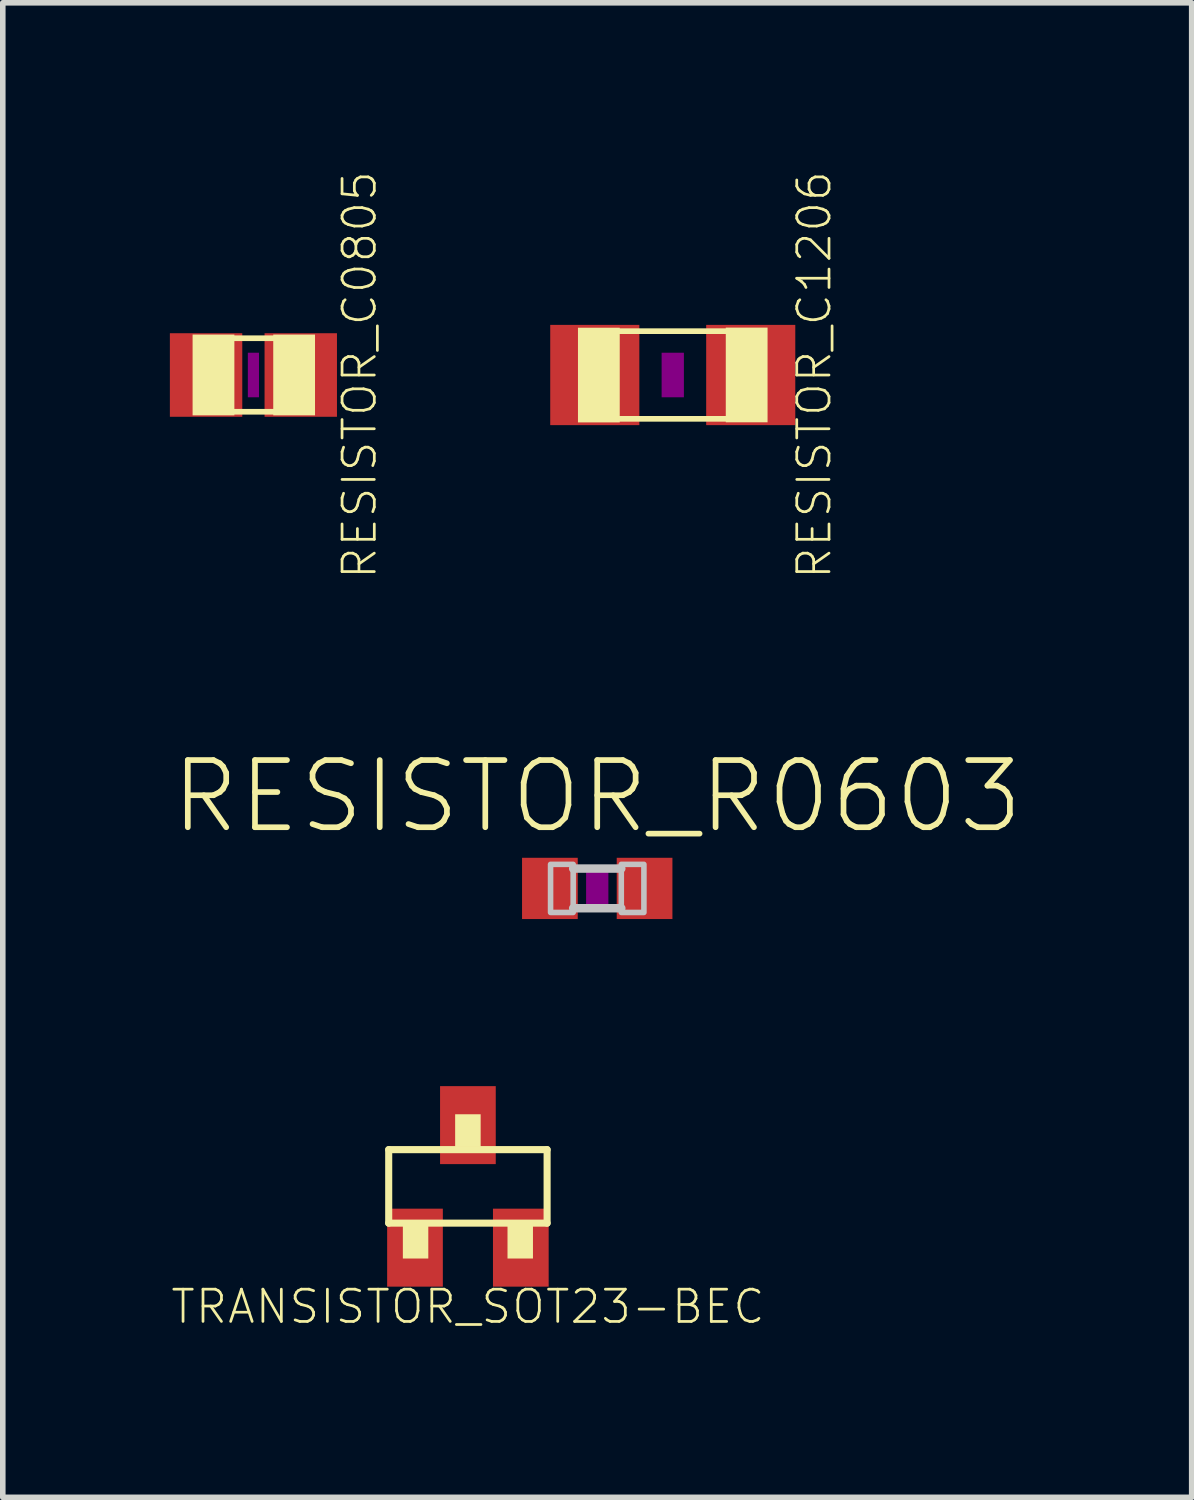
<source format=kicad_pcb>
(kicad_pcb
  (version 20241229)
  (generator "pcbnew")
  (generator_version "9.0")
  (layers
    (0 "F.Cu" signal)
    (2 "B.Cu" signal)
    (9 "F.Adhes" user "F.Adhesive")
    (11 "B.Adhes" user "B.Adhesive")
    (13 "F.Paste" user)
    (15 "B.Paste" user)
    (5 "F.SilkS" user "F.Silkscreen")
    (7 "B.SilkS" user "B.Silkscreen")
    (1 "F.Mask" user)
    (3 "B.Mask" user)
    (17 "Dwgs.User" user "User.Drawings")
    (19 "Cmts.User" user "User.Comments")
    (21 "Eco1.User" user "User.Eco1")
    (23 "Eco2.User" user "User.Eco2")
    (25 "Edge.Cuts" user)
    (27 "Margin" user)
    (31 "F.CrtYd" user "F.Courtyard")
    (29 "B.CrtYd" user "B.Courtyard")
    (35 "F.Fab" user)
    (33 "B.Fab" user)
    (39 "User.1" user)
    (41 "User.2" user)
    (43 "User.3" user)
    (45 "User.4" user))
  (footprint "RESISTOR_C0805"
    (layer "F.Cu")
    (at 1.5 3.683)
    (property "Reference" "RESISTOR_C0805" (at 1.905 0 90) (layer "F.SilkS") (effects (font (size 0.579 0.579) (thickness 0.049))))
    (attr through_hole)
    (fp_line (start -0.381 -0.66) (end 0.381 -0.66) (stroke (width 0.102) (type solid)) (layer "F.SilkS"))
    (fp_line (start -0.356 0.66) (end 0.381 0.66) (stroke (width 0.102) (type solid)) (layer "F.SilkS"))
    (fp_poly (pts (xy -1.092 0.724) (xy -0.342 0.724) (xy -0.342 -0.726) (xy -1.092 -0.726)) (stroke (width 0) (type solid)) (fill yes) (layer "F.SilkS"))
    (fp_poly (pts (xy 0.356 0.724) (xy 1.106 0.724) (xy 1.106 -0.726) (xy 0.356 -0.726)) (stroke (width 0) (type solid)) (fill yes) (layer "F.SilkS"))
    (fp_poly (pts (xy -0.1 0.4) (xy 0.1 0.4) (xy 0.1 -0.4) (xy -0.1 -0.4)) (stroke (width 0) (type solid)) (fill yes) (layer "F.Adhes"))
    (pad "1" smd rect (at -0.85 0) (size 1.3 1.5) (layers "F.Cu" "F.Mask" "F.Paste"))
    (pad "2" smd rect (at 0.85 0) (size 1.3 1.5) (layers "F.Cu" "F.Mask" "F.Paste")))
  (footprint "TRANSISTOR_SOT23-BEC"
    (layer "F.Cu")
    (at 5.351 18.251)
    (property "Reference" "TRANSISTOR_SOT23-BEC" (at 0 2.159 0) (layer "F.SilkS") (effects (font (size 0.579 0.579) (thickness 0.049))))
    (attr through_hole)
    (fp_line (start -1.422 -0.66) (end 1.422 -0.66) (stroke (width 0.127) (type solid)) (layer "F.SilkS"))
    (fp_line (start -1.422 0.66) (end -1.422 -0.66) (stroke (width 0.127) (type solid)) (layer "F.SilkS"))
    (fp_line (start 1.422 -0.66) (end 1.422 0.66) (stroke (width 0.127) (type solid)) (layer "F.SilkS"))
    (fp_line (start 1.422 0.66) (end -1.422 0.66) (stroke (width 0.127) (type solid)) (layer "F.SilkS"))
    (fp_poly (pts (xy -1.168 1.295) (xy -0.711 1.295) (xy -0.711 0.711) (xy -1.168 0.711)) (stroke (width 0) (type solid)) (fill yes) (layer "F.SilkS"))
    (fp_poly (pts (xy -0.229 -0.711) (xy 0.229 -0.711) (xy 0.229 -1.295) (xy -0.229 -1.295)) (stroke (width 0) (type solid)) (fill yes) (layer "F.SilkS"))
    (fp_poly (pts (xy 0.711 1.295) (xy 1.168 1.295) (xy 1.168 0.711) (xy 0.711 0.711)) (stroke (width 0) (type solid)) (fill yes) (layer "F.SilkS"))
    (pad "B" smd rect (at -0.95 1.1) (size 1 1.4) (layers "F.Cu" "F.Mask" "F.Paste"))
    (pad "C" smd rect (at 0 -1.1) (size 1 1.4) (layers "F.Cu" "F.Mask" "F.Paste"))
    (pad "E" smd rect (at 0.95 1.1) (size 1 1.4) (layers "F.Cu" "F.Mask" "F.Paste")))
  (footprint "RESISTOR_R0603"
    (layer "F.Cu")
    (at 7.673 12.901)
    (property "Reference" "RESISTOR_R0603" (at 0 -1.651 0) (layer "F.SilkS") (effects (font (size 1.206 1.206) (thickness 0.102))))
    (attr through_hole)
    (fp_poly (pts (xy -0.2 0.4) (xy 0.2 0.4) (xy 0.2 -0.4) (xy -0.2 -0.4)) (stroke (width 0) (type solid)) (fill yes) (layer "F.Adhes"))
    (fp_line (start -0.432 0.356) (end 0.432 0.356) (stroke (width 0.152) (type solid)) (layer "Dwgs.User"))
    (fp_line (start 0.432 -0.356) (end -0.432 -0.356) (stroke (width 0.152) (type solid)) (layer "Dwgs.User"))
    (fp_poly (pts (xy -0.838 0.432) (xy -0.432 0.432) (xy -0.432 -0.432) (xy -0.838 -0.432)) (stroke (width 0.1) (type solid)) (fill no) (layer "Dwgs.User"))
    (fp_poly (pts (xy 0.432 0.432) (xy 0.838 0.432) (xy 0.838 -0.432) (xy 0.432 -0.432)) (stroke (width 0.1) (type solid)) (fill no) (layer "Dwgs.User"))
    (pad "1" smd rect (at -0.85 0) (size 1 1.1) (layers "F.Cu" "F.Mask" "F.Paste"))
    (pad "2" smd rect (at 0.85 0) (size 1 1.1) (layers "F.Cu" "F.Mask" "F.Paste")))
  (footprint "RESISTOR_C1206"
    (layer "F.Cu")
    (at 9.029 3.683)
    (property "Reference" "RESISTOR_C1206" (at 2.54 0 90) (layer "F.SilkS") (effects (font (size 0.579 0.579) (thickness 0.049))))
    (attr through_hole)
    (fp_line (start -0.965 -0.787) (end 0.965 -0.787) (stroke (width 0.102) (type solid)) (layer "F.SilkS"))
    (fp_line (start -0.965 0.787) (end 0.965 0.787) (stroke (width 0.102) (type solid)) (layer "F.SilkS"))
    (fp_poly (pts (xy -1.702 0.851) (xy -0.952 0.851) (xy -0.952 -0.849) (xy -1.702 -0.849)) (stroke (width 0) (type solid)) (fill yes) (layer "F.SilkS"))
    (fp_poly (pts (xy 0.952 0.849) (xy 1.702 0.849) (xy 1.702 -0.851) (xy 0.952 -0.851)) (stroke (width 0) (type solid)) (fill yes) (layer "F.SilkS"))
    (fp_poly (pts (xy -0.2 0.4) (xy 0.2 0.4) (xy 0.2 -0.4) (xy -0.2 -0.4)) (stroke (width 0) (type solid)) (fill yes) (layer "F.Adhes"))
    (pad "1" smd rect (at -1.4 0) (size 1.6 1.8) (layers "F.Cu" "F.Mask" "F.Paste"))
    (pad "2" smd rect (at 1.4 0) (size 1.6 1.8) (layers "F.Cu" "F.Mask" "F.Paste")))
  (gr_rect
    (start -3 -3)
    (end 18.346 23.834)
    (stroke (width 0.1) (type default))
    (fill no)
    (layer "Edge.Cuts")))
</source>
